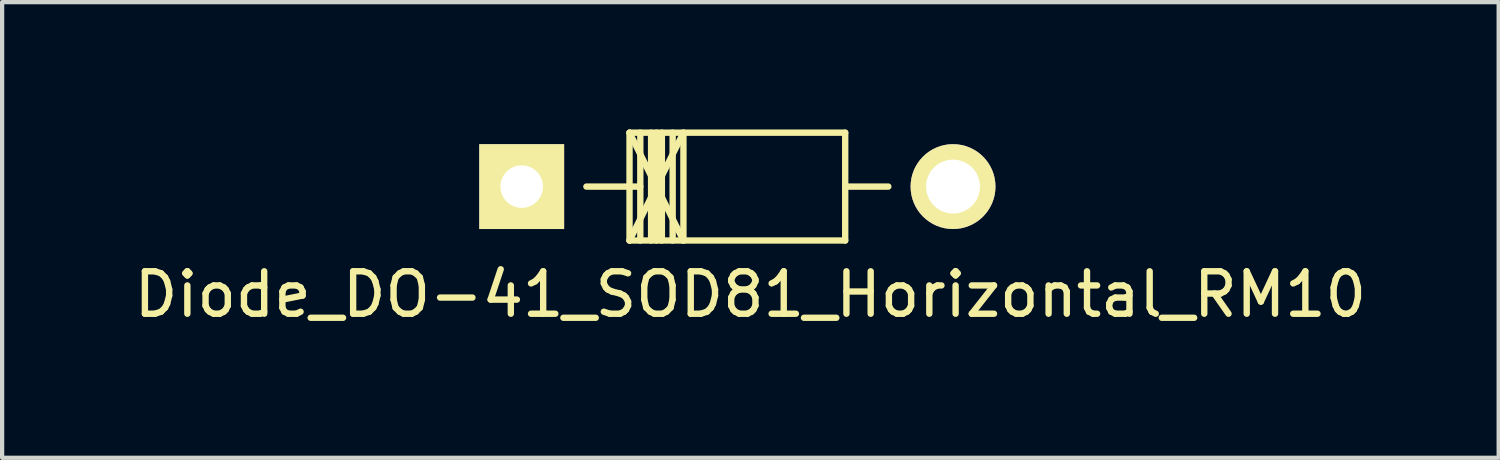
<source format=kicad_pcb>
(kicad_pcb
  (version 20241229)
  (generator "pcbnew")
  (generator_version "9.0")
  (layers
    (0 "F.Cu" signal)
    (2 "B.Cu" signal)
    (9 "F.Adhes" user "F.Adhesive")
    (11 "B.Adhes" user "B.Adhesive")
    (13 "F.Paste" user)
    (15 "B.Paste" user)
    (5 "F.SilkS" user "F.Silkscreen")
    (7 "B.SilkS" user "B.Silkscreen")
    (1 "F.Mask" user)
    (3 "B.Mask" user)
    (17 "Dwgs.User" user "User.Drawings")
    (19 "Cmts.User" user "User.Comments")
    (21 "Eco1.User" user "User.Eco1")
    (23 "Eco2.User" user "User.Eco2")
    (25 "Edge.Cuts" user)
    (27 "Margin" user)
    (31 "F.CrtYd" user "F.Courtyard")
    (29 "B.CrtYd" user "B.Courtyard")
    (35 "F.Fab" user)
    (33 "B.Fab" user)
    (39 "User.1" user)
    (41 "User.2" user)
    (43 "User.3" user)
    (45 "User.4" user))
  (footprint "Diode_DO-41_SOD81_Horizontal_RM10"
    (layer "F.Cu")
    (at 9.238 1.348)
    (property "Reference" "Diode_DO-41_SOD81_Horizontal_RM10" (at 5.387 2.537 0) (layer "F.SilkS") (effects (font (size 1 1) (thickness 0.15))))
    (attr through_hole)
    (fp_line (start 2.54 -1.273) (end 3.81 1.267) (stroke (width 0.15) (type solid)) (layer "F.SilkS"))
    (fp_line (start 2.54 -1.273) (end 7.62 -1.273) (stroke (width 0.15) (type solid)) (layer "F.SilkS"))
    (fp_line (start 2.54 1.267) (end 2.54 -1.273) (stroke (width 0.15) (type solid)) (layer "F.SilkS"))
    (fp_line (start 2.794 -1.273) (end 2.794 1.267) (stroke (width 0.15) (type solid)) (layer "F.SilkS"))
    (fp_line (start 2.794 -0.003) (end 1.524 -0.003) (stroke (width 0.15) (type solid)) (layer "F.SilkS"))
    (fp_line (start 3.048 -1.273) (end 3.048 1.267) (stroke (width 0.15) (type solid)) (layer "F.SilkS"))
    (fp_line (start 3.175 -1.273) (end 3.175 1.267) (stroke (width 0.15) (type solid)) (layer "F.SilkS"))
    (fp_line (start 3.302 -1.273) (end 3.302 1.267) (stroke (width 0.15) (type solid)) (layer "F.SilkS"))
    (fp_line (start 3.556 -1.273) (end 3.556 1.267) (stroke (width 0.15) (type solid)) (layer "F.SilkS"))
    (fp_line (start 3.81 -1.273) (end 2.54 1.267) (stroke (width 0.15) (type solid)) (layer "F.SilkS"))
    (fp_line (start 3.81 -1.273) (end 3.81 1.267) (stroke (width 0.15) (type solid)) (layer "F.SilkS"))
    (fp_line (start 7.62 -1.273) (end 7.62 1.267) (stroke (width 0.15) (type solid)) (layer "F.SilkS"))
    (fp_line (start 7.62 -0.003) (end 8.636 -0.003) (stroke (width 0.15) (type solid)) (layer "F.SilkS"))
    (fp_line (start 7.62 1.267) (end 2.54 1.267) (stroke (width 0.15) (type solid)) (layer "F.SilkS"))
    (pad "1" thru_hole rect (at 0 -0.003 180) (size 1.999 1.999) (drill 1.001) (layers "*.Cu" "*.Mask" "F.SilkS"))
    (pad "2" thru_hole circle (at 10.16 -0.003 180) (size 1.999 1.999) (drill 1.27) (layers "*.Cu" "*.Mask" "F.SilkS")))
  (gr_rect
    (start -3 -3)
    (end 32.25 7.733)
    (stroke (width 0.1) (type default))
    (fill no)
    (layer "Edge.Cuts")))
</source>
